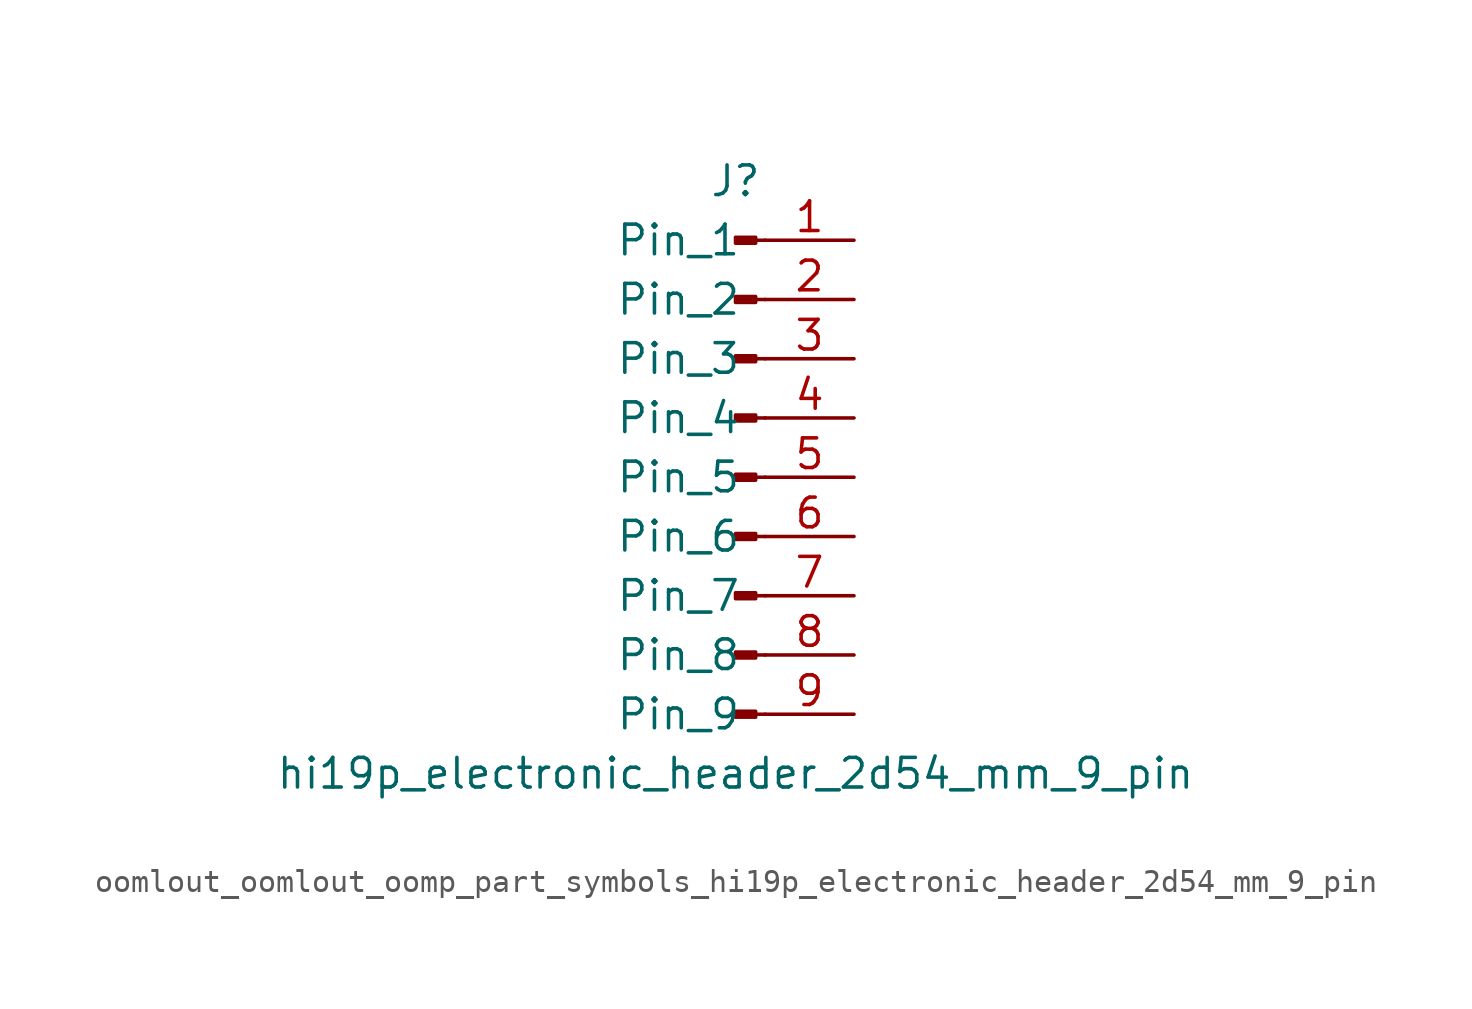
<source format=kicad_sym>
(kicad_symbol_lib
  (version 20220914)
  (generator kicad_symbol_editor)
  (symbol "oomlout_oomlout_oomp_part_symbols_hi19p_electronic_header_2d54_mm_9_pin"
    (pin_names
      (offset 1.016))
    (property "Reference" "J"
      (at 0 12.7 0)
      (effects (font (size 1.27 1.27))))
    (property "Value" "hi19p_electronic_header_2d54_mm_9_pin"
      (at 0 -12.7 0)
      (effects (font (size 1.27 1.27))))
    (property "ki_locked" ""
      (at 0 0 0)
      (effects (font (size 1.27 1.27))))
    (symbol "oomlout_oomlout_oomp_part_symbols_hi19p_electronic_header_2d54_mm_9_pin_1_1"
      (polyline (pts (xy 1.27 -10.16) (xy 0.864 -10.16)) (stroke (width 0.152) (type default)) (fill (type none)))
      (polyline (pts (xy 1.27 -7.62) (xy 0.864 -7.62)) (stroke (width 0.152) (type default)) (fill (type none)))
      (polyline (pts (xy 1.27 -5.08) (xy 0.864 -5.08)) (stroke (width 0.152) (type default)) (fill (type none)))
      (polyline (pts (xy 1.27 -2.54) (xy 0.864 -2.54)) (stroke (width 0.152) (type default)) (fill (type none)))
      (polyline (pts (xy 1.27 0) (xy 0.864 0)) (stroke (width 0.152) (type default)) (fill (type none)))
      (polyline (pts (xy 1.27 2.54) (xy 0.864 2.54)) (stroke (width 0.152) (type default)) (fill (type none)))
      (polyline (pts (xy 1.27 5.08) (xy 0.864 5.08)) (stroke (width 0.152) (type default)) (fill (type none)))
      (polyline (pts (xy 1.27 7.62) (xy 0.864 7.62)) (stroke (width 0.152) (type default)) (fill (type none)))
      (polyline (pts (xy 1.27 10.16) (xy 0.864 10.16)) (stroke (width 0.152) (type default)) (fill (type none)))
      (rectangle (start 0.864 -10.033) (end 0 -10.287) (stroke (width 0.152) (type default)) (fill (type outline)))
      (rectangle (start 0.864 -7.493) (end 0 -7.747) (stroke (width 0.152) (type default)) (fill (type outline)))
      (rectangle (start 0.864 -4.953) (end 0 -5.207) (stroke (width 0.152) (type default)) (fill (type outline)))
      (rectangle (start 0.864 -2.413) (end 0 -2.667) (stroke (width 0.152) (type default)) (fill (type outline)))
      (rectangle (start 0.864 0.127) (end 0 -0.127) (stroke (width 0.152) (type default)) (fill (type outline)))
      (rectangle (start 0.864 2.667) (end 0 2.413) (stroke (width 0.152) (type default)) (fill (type outline)))
      (rectangle (start 0.864 5.207) (end 0 4.953) (stroke (width 0.152) (type default)) (fill (type outline)))
      (rectangle (start 0.864 7.747) (end 0 7.493) (stroke (width 0.152) (type default)) (fill (type outline)))
      (rectangle (start 0.864 10.287) (end 0 10.033) (stroke (width 0.152) (type default)) (fill (type outline)))
      (pin passive line (at 5.08 10.16 180) (length 3.81) (name "Pin_1" (effects (font (size 1.27 1.27)))) (number "1" (effects (font (size 1.27 1.27)))))
      (pin passive line (at 5.08 7.62 180) (length 3.81) (name "Pin_2" (effects (font (size 1.27 1.27)))) (number "2" (effects (font (size 1.27 1.27)))))
      (pin passive line (at 5.08 5.08 180) (length 3.81) (name "Pin_3" (effects (font (size 1.27 1.27)))) (number "3" (effects (font (size 1.27 1.27)))))
      (pin passive line (at 5.08 2.54 180) (length 3.81) (name "Pin_4" (effects (font (size 1.27 1.27)))) (number "4" (effects (font (size 1.27 1.27)))))
      (pin passive line (at 5.08 0 180) (length 3.81) (name "Pin_5" (effects (font (size 1.27 1.27)))) (number "5" (effects (font (size 1.27 1.27)))))
      (pin passive line (at 5.08 -2.54 180) (length 3.81) (name "Pin_6" (effects (font (size 1.27 1.27)))) (number "6" (effects (font (size 1.27 1.27)))))
      (pin passive line (at 5.08 -5.08 180) (length 3.81) (name "Pin_7" (effects (font (size 1.27 1.27)))) (number "7" (effects (font (size 1.27 1.27)))))
      (pin passive line (at 5.08 -7.62 180) (length 3.81) (name "Pin_8" (effects (font (size 1.27 1.27)))) (number "8" (effects (font (size 1.27 1.27)))))
      (pin passive line (at 5.08 -10.16 180) (length 3.81) (name "Pin_9" (effects (font (size 1.27 1.27)))) (number "9" (effects (font (size 1.27 1.27))))))))
</source>
